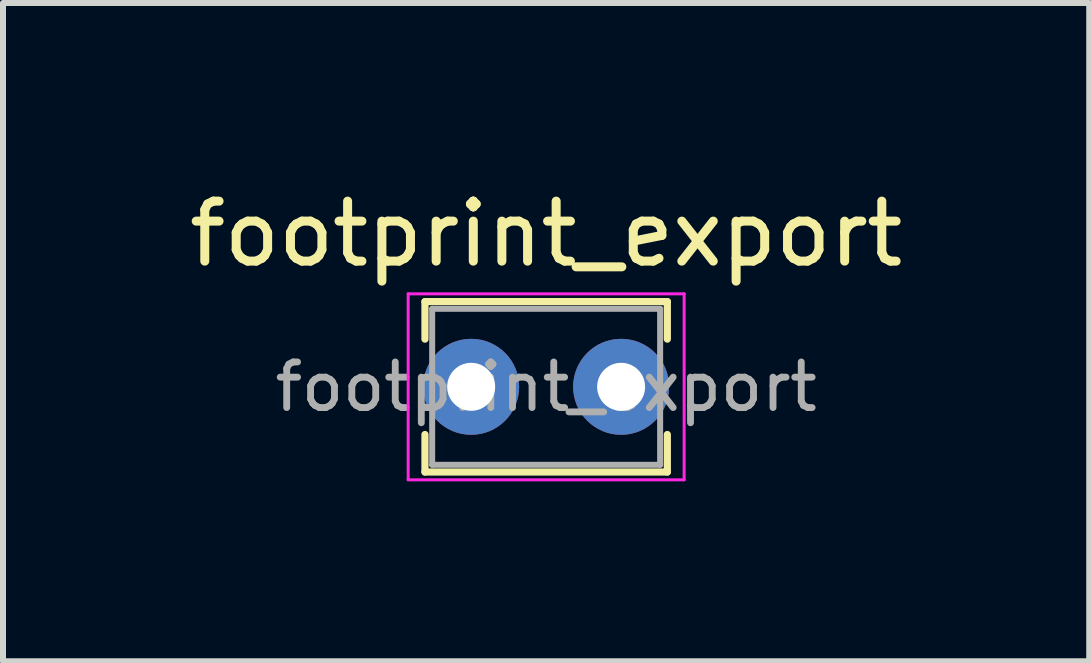
<source format=kicad_pcb>
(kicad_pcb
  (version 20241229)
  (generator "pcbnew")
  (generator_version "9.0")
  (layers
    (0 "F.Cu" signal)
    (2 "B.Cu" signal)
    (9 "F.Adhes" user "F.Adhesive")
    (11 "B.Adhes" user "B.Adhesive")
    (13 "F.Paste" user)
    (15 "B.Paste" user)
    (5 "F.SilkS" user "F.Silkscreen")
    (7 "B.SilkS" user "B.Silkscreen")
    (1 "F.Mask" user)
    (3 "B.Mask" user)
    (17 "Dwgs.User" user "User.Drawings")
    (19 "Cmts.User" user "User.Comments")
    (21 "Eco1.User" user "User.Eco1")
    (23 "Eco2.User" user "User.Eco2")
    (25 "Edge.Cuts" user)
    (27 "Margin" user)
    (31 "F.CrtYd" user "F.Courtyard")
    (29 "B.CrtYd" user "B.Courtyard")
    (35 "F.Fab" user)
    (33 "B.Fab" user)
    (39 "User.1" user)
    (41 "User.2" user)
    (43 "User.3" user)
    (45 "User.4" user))
  (footprint "footprint_export"
    (layer "F.Cu")
    (at 4.804 3.398)
    (property "Reference" "footprint_export" (at 1.25 -2.55 0) (layer "F.SilkS") (effects (font (size 1 1) (thickness 0.15))))
    (attr through_hole)
    (fp_line (start -0.77 -1.42) (end -0.77 -0.795) (stroke (width 0.12) (type solid)) (layer "F.SilkS"))
    (fp_line (start -0.77 -1.42) (end 3.27 -1.42) (stroke (width 0.12) (type solid)) (layer "F.SilkS"))
    (fp_line (start -0.77 0.795) (end -0.77 1.42) (stroke (width 0.12) (type solid)) (layer "F.SilkS"))
    (fp_line (start -0.77 1.42) (end 3.27 1.42) (stroke (width 0.12) (type solid)) (layer "F.SilkS"))
    (fp_line (start 3.27 -1.42) (end 3.27 -0.795) (stroke (width 0.12) (type solid)) (layer "F.SilkS"))
    (fp_line (start 3.27 0.795) (end 3.27 1.42) (stroke (width 0.12) (type solid)) (layer "F.SilkS"))
    (fp_line (start -1.05 -1.55) (end -1.05 1.55) (stroke (width 0.05) (type solid)) (layer "F.CrtYd"))
    (fp_line (start -1.05 1.55) (end 3.55 1.55) (stroke (width 0.05) (type solid)) (layer "F.CrtYd"))
    (fp_line (start 3.55 -1.55) (end -1.05 -1.55) (stroke (width 0.05) (type solid)) (layer "F.CrtYd"))
    (fp_line (start 3.55 1.55) (end 3.55 -1.55) (stroke (width 0.05) (type solid)) (layer "F.CrtYd"))
    (fp_line (start -0.65 -1.3) (end -0.65 1.3) (stroke (width 0.1) (type solid)) (layer "F.Fab"))
    (fp_line (start -0.65 1.3) (end 3.15 1.3) (stroke (width 0.1) (type solid)) (layer "F.Fab"))
    (fp_line (start 3.15 -1.3) (end -0.65 -1.3) (stroke (width 0.1) (type solid)) (layer "F.Fab"))
    (fp_line (start 3.15 1.3) (end 3.15 -1.3) (stroke (width 0.1) (type solid)) (layer "F.Fab"))
    (fp_text user "${REFERENCE}" (at 1.25 0 0) (layer "F.Fab") (effects (font (size 0.76 0.76) (thickness 0.114))))
    (pad "1" thru_hole circle (at 0 0) (size 1.6 1.6) (drill 0.8) (layers "*.Cu" "*.Mask"))
    (pad "2" thru_hole circle (at 2.5 0) (size 1.6 1.6) (drill 0.8) (layers "*.Cu" "*.Mask")))
  (gr_rect
    (start -3 -3)
    (end 15.107 7.973)
    (stroke (width 0.1) (type default))
    (fill no)
    (layer "Edge.Cuts")))
</source>
